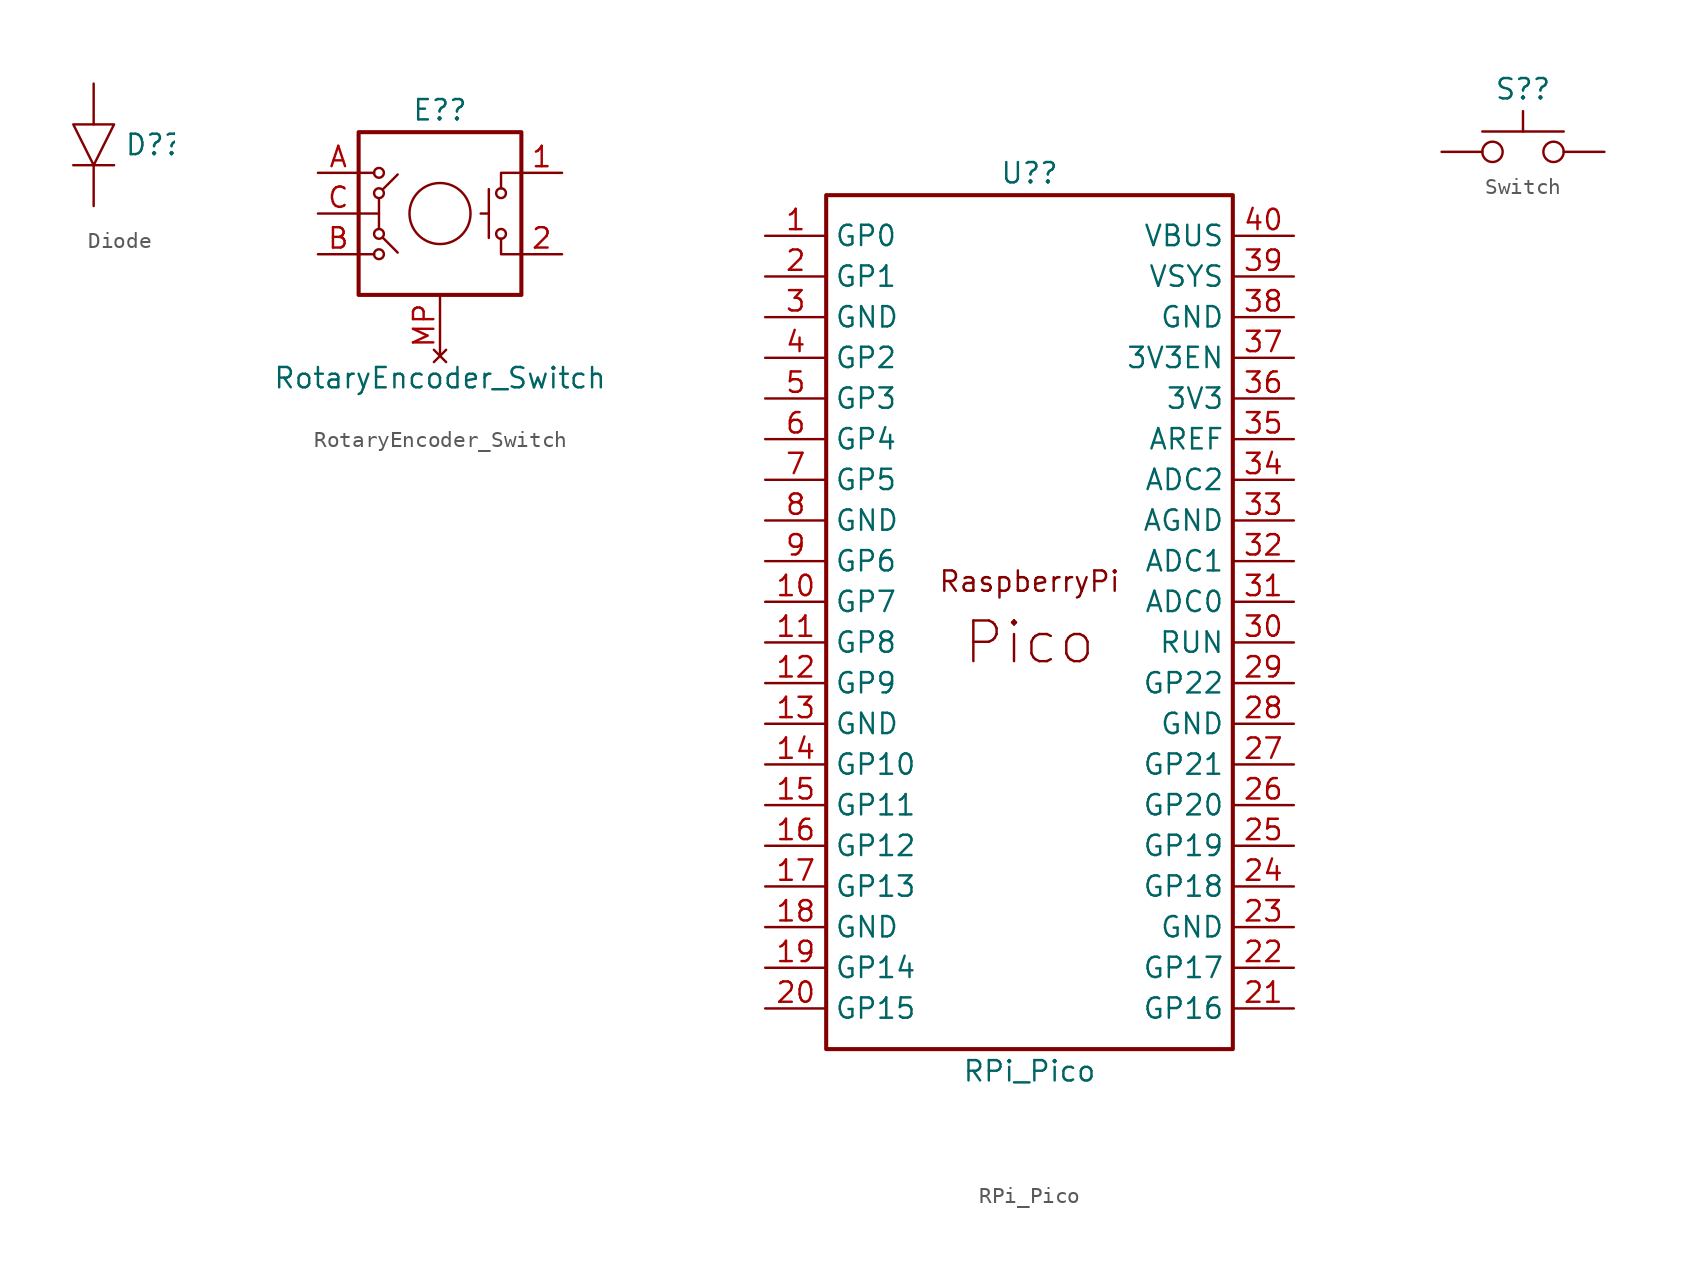
<source format=kicad_sym>
(kicad_symbol_lib
  (version 20220914)
  (generator kicad_symbol_editor)
  (symbol "Diode"
    (pin_numbers hide)
    (pin_names hide)
    (property "Reference" "D?"
      (at 1.905 1.27 0)
      (effects (font (size 1.27 1.27)) (justify left)))
    (symbol "Diode_0_1"
      (polyline (pts (xy -1.27 0) (xy 1.27 0)) (stroke (width 0) (type default)) (fill (type none)))
      (polyline (pts (xy 0 0) (xy -1.27 2.54) (xy 1.27 2.54) (xy 0 0)) (stroke (width 0) (type default)) (fill (type none)))
      (pin passive line (at 0 -2.54 90) (length 2.54) (name "K" (effects (font (size 1.27 1.27)))) (number "1" (effects (font (size 1.27 1.27)))))
      (pin passive line (at 0 5.08 270) (length 2.54) (name "A" (effects (font (size 1.27 1.27)))) (number "2" (effects (font (size 1.27 1.27)))))))
  (symbol "RotaryEncoder_Switch"
    (pin_names hide)
    (property "Reference" "E?"
      (at 0 5.715 0)
      (effects (font (size 1.27 1.27)) (justify bottom)))
    (property "Value" "RotaryEncoder_Switch"
      (at 0 -9.525 0)
      (effects (font (size 1.27 1.27)) (justify top)))
    (symbol "RotaryEncoder_Switch_1_1"
      (rectangle (start -5.08 5.08) (end 5.08 -5.08) (stroke (width 0.254) (type default)) (fill (type none)))
      (circle (center -3.81 -2.54) (radius 0.305) (stroke (width 0) (type default)) (fill (type none)))
      (circle (center -3.81 -1.27) (radius 0.305) (stroke (width 0) (type default)) (fill (type none)))
      (circle (center -3.81 1.27) (radius 0.305) (stroke (width 0) (type default)) (fill (type none)))
      (circle (center -3.81 2.54) (radius 0.305) (stroke (width 0) (type default)) (fill (type none)))
      (polyline (pts (xy -5.08 -2.54) (xy -4.115 -2.54)) (stroke (width 0) (type default)) (fill (type none)))
      (polyline (pts (xy -5.08 0) (xy -3.81 0)) (stroke (width 0) (type default)) (fill (type none)))
      (polyline (pts (xy -5.08 2.54) (xy -4.115 2.54)) (stroke (width 0) (type default)) (fill (type none)))
      (polyline (pts (xy -3.81 0.965) (xy -3.81 -0.965)) (stroke (width 0) (type default)) (fill (type none)))
      (polyline (pts (xy -3.556 -1.524) (xy -2.642 -2.438)) (stroke (width 0) (type default)) (fill (type none)))
      (polyline (pts (xy -3.556 1.524) (xy -2.642 2.438)) (stroke (width 0) (type default)) (fill (type none)))
      (polyline (pts (xy 3.048 0) (xy 2.54 0)) (stroke (width 0) (type default)) (fill (type none)))
      (polyline (pts (xy 3.048 1.524) (xy 3.048 -1.524)) (stroke (width 0) (type default)) (fill (type none)))
      (polyline (pts (xy 5.08 -2.54) (xy 3.81 -2.54) (xy 3.81 -1.575)) (stroke (width 0) (type default)) (fill (type none)))
      (polyline (pts (xy 5.08 2.54) (xy 3.81 2.54) (xy 3.81 1.575)) (stroke (width 0) (type default)) (fill (type none)))
      (circle (center 0 0) (radius 1.905) (stroke (width 0) (type default)) (fill (type none)))
      (circle (center 3.81 -1.27) (radius 0.305) (stroke (width 0) (type default)) (fill (type none)))
      (circle (center 3.81 1.27) (radius 0.305) (stroke (width 0) (type default)) (fill (type none)))
      (pin passive line (at 7.62 2.54 180) (length 2.54) (name "1" (effects (font (size 1.27 1.27)))) (number "1" (effects (font (size 1.27 1.27)))))
      (pin passive line (at 7.62 -2.54 180) (length 2.54) (name "2" (effects (font (size 1.27 1.27)))) (number "2" (effects (font (size 1.27 1.27)))))
      (pin passive line (at -7.62 2.54 0) (length 2.54) (name "A" (effects (font (size 1.27 1.27)))) (number "A" (effects (font (size 1.27 1.27)))))
      (pin passive line (at -7.62 -2.54 0) (length 2.54) (name "B" (effects (font (size 1.27 1.27)))) (number "B" (effects (font (size 1.27 1.27)))))
      (pin passive line (at -7.62 0 0) (length 2.54) (name "C" (effects (font (size 1.27 1.27)))) (number "C" (effects (font (size 1.27 1.27)))))
      (pin no_connect line (at 0 -8.89 90) (length 3.81) (name "MountPin" (effects (font (size 1.27 1.27)))) (number "MP" (effects (font (size 1.27 1.27)))))))
  (symbol "RPi_Pico"
    (property "Reference" "U?"
      (at 0 27.305 0)
      (effects (font (size 1.27 1.27)) (justify bottom)))
    (property "Value" "RPi_Pico"
      (at 0 -27.305 0)
      (effects (font (size 1.27 1.27)) (justify top)))
    (symbol "RPi_Pico_1_0"
      (text "Pico" (at 0 -1.27 0) (effects (font (size 2.54 2.54))))
      (text "RaspberryPi" (at 0 2.54 0) (effects (font (size 1.27 1.27)))))
    (symbol "RPi_Pico_1_1"
      (rectangle (start -12.7 26.67) (end 12.7 -26.67) (stroke (width 0.254) (type default)) (fill (type none)))
      (pin bidirectional line (at -16.51 24.13 0) (length 3.81) (name "GP0" (effects (font (size 1.27 1.27)))) (number "1" (effects (font (size 1.27 1.27)))))
      (pin bidirectional line (at -16.51 1.27 0) (length 3.81) (name "GP7" (effects (font (size 1.27 1.27)))) (number "10" (effects (font (size 1.27 1.27)))))
      (pin bidirectional line (at -16.51 -1.27 0) (length 3.81) (name "GP8" (effects (font (size 1.27 1.27)))) (number "11" (effects (font (size 1.27 1.27)))))
      (pin bidirectional line (at -16.51 -3.81 0) (length 3.81) (name "GP9" (effects (font (size 1.27 1.27)))) (number "12" (effects (font (size 1.27 1.27)))))
      (pin power_in line (at -16.51 -6.35 0) (length 3.81) (name "GND" (effects (font (size 1.27 1.27)))) (number "13" (effects (font (size 1.27 1.27)))))
      (pin bidirectional line (at -16.51 -8.89 0) (length 3.81) (name "GP10" (effects (font (size 1.27 1.27)))) (number "14" (effects (font (size 1.27 1.27)))))
      (pin bidirectional line (at -16.51 -11.43 0) (length 3.81) (name "GP11" (effects (font (size 1.27 1.27)))) (number "15" (effects (font (size 1.27 1.27)))))
      (pin bidirectional line (at -16.51 -13.97 0) (length 3.81) (name "GP12" (effects (font (size 1.27 1.27)))) (number "16" (effects (font (size 1.27 1.27)))))
      (pin bidirectional line (at -16.51 -16.51 0) (length 3.81) (name "GP13" (effects (font (size 1.27 1.27)))) (number "17" (effects (font (size 1.27 1.27)))))
      (pin power_in line (at -16.51 -19.05 0) (length 3.81) (name "GND" (effects (font (size 1.27 1.27)))) (number "18" (effects (font (size 1.27 1.27)))))
      (pin bidirectional line (at -16.51 -21.59 0) (length 3.81) (name "GP14" (effects (font (size 1.27 1.27)))) (number "19" (effects (font (size 1.27 1.27)))))
      (pin bidirectional line (at -16.51 21.59 0) (length 3.81) (name "GP1" (effects (font (size 1.27 1.27)))) (number "2" (effects (font (size 1.27 1.27)))))
      (pin bidirectional line (at -16.51 -24.13 0) (length 3.81) (name "GP15" (effects (font (size 1.27 1.27)))) (number "20" (effects (font (size 1.27 1.27)))))
      (pin bidirectional line (at 16.51 -24.13 180) (length 3.81) (name "GP16" (effects (font (size 1.27 1.27)))) (number "21" (effects (font (size 1.27 1.27)))))
      (pin bidirectional line (at 16.51 -21.59 180) (length 3.81) (name "GP17" (effects (font (size 1.27 1.27)))) (number "22" (effects (font (size 1.27 1.27)))))
      (pin power_in line (at 16.51 -19.05 180) (length 3.81) (name "GND" (effects (font (size 1.27 1.27)))) (number "23" (effects (font (size 1.27 1.27)))))
      (pin bidirectional line (at 16.51 -16.51 180) (length 3.81) (name "GP18" (effects (font (size 1.27 1.27)))) (number "24" (effects (font (size 1.27 1.27)))))
      (pin bidirectional line (at 16.51 -13.97 180) (length 3.81) (name "GP19" (effects (font (size 1.27 1.27)))) (number "25" (effects (font (size 1.27 1.27)))))
      (pin bidirectional line (at 16.51 -11.43 180) (length 3.81) (name "GP20" (effects (font (size 1.27 1.27)))) (number "26" (effects (font (size 1.27 1.27)))))
      (pin bidirectional line (at 16.51 -8.89 180) (length 3.81) (name "GP21" (effects (font (size 1.27 1.27)))) (number "27" (effects (font (size 1.27 1.27)))))
      (pin power_in line (at 16.51 -6.35 180) (length 3.81) (name "GND" (effects (font (size 1.27 1.27)))) (number "28" (effects (font (size 1.27 1.27)))))
      (pin bidirectional line (at 16.51 -3.81 180) (length 3.81) (name "GP22" (effects (font (size 1.27 1.27)))) (number "29" (effects (font (size 1.27 1.27)))))
      (pin power_in line (at -16.51 19.05 0) (length 3.81) (name "GND" (effects (font (size 1.27 1.27)))) (number "3" (effects (font (size 1.27 1.27)))))
      (pin input line (at 16.51 -1.27 180) (length 3.81) (name "RUN" (effects (font (size 1.27 1.27)))) (number "30" (effects (font (size 1.27 1.27)))))
      (pin bidirectional line (at 16.51 1.27 180) (length 3.81) (name "ADC0" (effects (font (size 1.27 1.27)))) (number "31" (effects (font (size 1.27 1.27)))))
      (pin bidirectional line (at 16.51 3.81 180) (length 3.81) (name "ADC1" (effects (font (size 1.27 1.27)))) (number "32" (effects (font (size 1.27 1.27)))))
      (pin power_in line (at 16.51 6.35 180) (length 3.81) (name "AGND" (effects (font (size 1.27 1.27)))) (number "33" (effects (font (size 1.27 1.27)))))
      (pin bidirectional line (at 16.51 8.89 180) (length 3.81) (name "ADC2" (effects (font (size 1.27 1.27)))) (number "34" (effects (font (size 1.27 1.27)))))
      (pin unspecified line (at 16.51 11.43 180) (length 3.81) (name "AREF" (effects (font (size 1.27 1.27)))) (number "35" (effects (font (size 1.27 1.27)))))
      (pin unspecified line (at 16.51 13.97 180) (length 3.81) (name "3V3" (effects (font (size 1.27 1.27)))) (number "36" (effects (font (size 1.27 1.27)))))
      (pin input line (at 16.51 16.51 180) (length 3.81) (name "3V3EN" (effects (font (size 1.27 1.27)))) (number "37" (effects (font (size 1.27 1.27)))))
      (pin power_in line (at 16.51 19.05 180) (length 3.81) (name "GND" (effects (font (size 1.27 1.27)))) (number "38" (effects (font (size 1.27 1.27)))))
      (pin unspecified line (at 16.51 21.59 180) (length 3.81) (name "VSYS" (effects (font (size 1.27 1.27)))) (number "39" (effects (font (size 1.27 1.27)))))
      (pin bidirectional line (at -16.51 16.51 0) (length 3.81) (name "GP2" (effects (font (size 1.27 1.27)))) (number "4" (effects (font (size 1.27 1.27)))))
      (pin unspecified line (at 16.51 24.13 180) (length 3.81) (name "VBUS" (effects (font (size 1.27 1.27)))) (number "40" (effects (font (size 1.27 1.27)))))
      (pin bidirectional line (at -16.51 13.97 0) (length 3.81) (name "GP3" (effects (font (size 1.27 1.27)))) (number "5" (effects (font (size 1.27 1.27)))))
      (pin bidirectional line (at -16.51 11.43 0) (length 3.81) (name "GP4" (effects (font (size 1.27 1.27)))) (number "6" (effects (font (size 1.27 1.27)))))
      (pin bidirectional line (at -16.51 8.89 0) (length 3.81) (name "GP5" (effects (font (size 1.27 1.27)))) (number "7" (effects (font (size 1.27 1.27)))))
      (pin power_in line (at -16.51 6.35 0) (length 3.81) (name "GND" (effects (font (size 1.27 1.27)))) (number "8" (effects (font (size 1.27 1.27)))))
      (pin bidirectional line (at -16.51 3.81 0) (length 3.81) (name "GP6" (effects (font (size 1.27 1.27)))) (number "9" (effects (font (size 1.27 1.27)))))))
  (symbol "Switch"
    (pin_numbers hide)
    (pin_names hide)
    (property "Reference" "S?"
      (at 0 3.175 0)
      (effects (font (size 1.27 1.27)) (justify bottom)))
    (symbol "Switch_1_1"
      (circle (center -1.905 0) (radius 0.635) (stroke (width 0) (type default)) (fill (type none)))
      (polyline (pts (xy 0 1.27) (xy 0 2.54)) (stroke (width 0) (type default)) (fill (type none)))
      (polyline (pts (xy 2.54 1.27) (xy -2.54 1.27)) (stroke (width 0) (type default)) (fill (type none)))
      (circle (center 1.905 0) (radius 0.635) (stroke (width 0) (type default)) (fill (type none)))
      (pin passive line (at 5.08 0 180) (length 2.54) (name "~" (effects (font (size 1.27 1.27)))) (number "1" (effects (font (size 1.27 1.27)))))
      (pin passive line (at -5.08 0 0) (length 2.54) (name "~" (effects (font (size 1.27 1.27)))) (number "2" (effects (font (size 1.27 1.27))))))))
</source>
